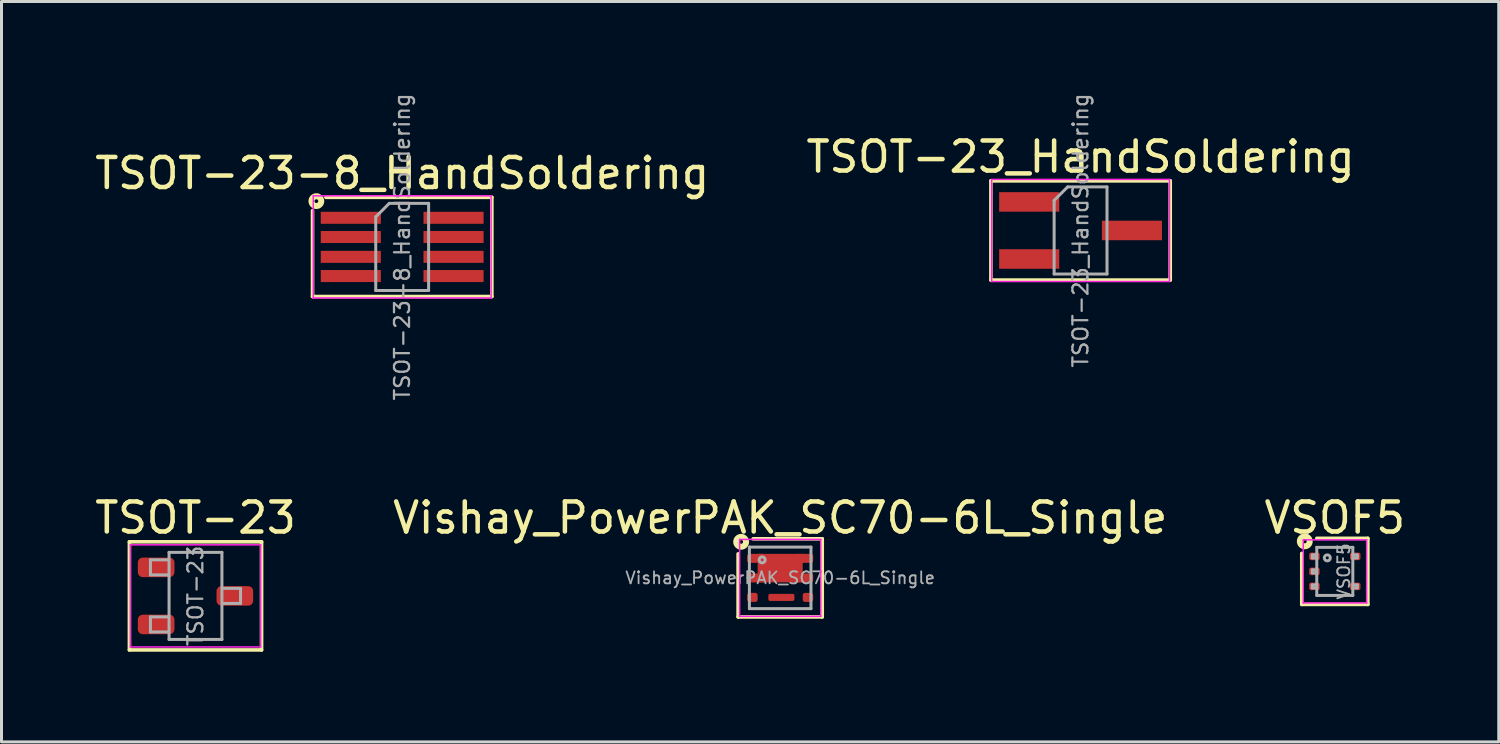
<source format=kicad_pcb>
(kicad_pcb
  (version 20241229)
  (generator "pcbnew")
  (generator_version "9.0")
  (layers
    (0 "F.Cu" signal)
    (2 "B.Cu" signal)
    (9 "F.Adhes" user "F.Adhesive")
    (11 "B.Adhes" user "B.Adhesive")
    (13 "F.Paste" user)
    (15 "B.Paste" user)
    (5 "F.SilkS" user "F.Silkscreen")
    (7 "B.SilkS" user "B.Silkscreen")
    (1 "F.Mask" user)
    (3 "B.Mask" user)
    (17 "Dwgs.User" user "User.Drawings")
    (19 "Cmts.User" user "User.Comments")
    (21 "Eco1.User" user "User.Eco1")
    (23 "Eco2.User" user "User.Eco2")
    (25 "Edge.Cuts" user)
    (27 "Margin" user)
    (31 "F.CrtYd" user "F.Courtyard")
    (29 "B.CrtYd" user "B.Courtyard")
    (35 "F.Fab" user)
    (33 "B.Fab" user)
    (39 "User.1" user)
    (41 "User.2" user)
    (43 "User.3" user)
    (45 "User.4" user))
  (footprint "TSOT-23_HandSoldering"
    (layer "F.Cu")
    (at 32.923 4.622)
    (property "Reference" "TSOT-23_HandSoldering" (at 0 -2.45 0) (layer "F.SilkS") (effects (font (size 1 1) (thickness 0.15))))
    (attr smd)
    (fp_line (start -2.985 -1.651) (end -2.985 1.651) (stroke (width 0.12) (type solid)) (layer "F.SilkS"))
    (fp_line (start -2.985 1.651) (end 2.985 1.651) (stroke (width 0.12) (type solid)) (layer "F.SilkS"))
    (fp_line (start 2.985 -1.651) (end -2.985 -1.651) (stroke (width 0.12) (type solid)) (layer "F.SilkS"))
    (fp_line (start 2.985 1.651) (end 2.985 -1.651) (stroke (width 0.12) (type solid)) (layer "F.SilkS"))
    (fp_line (start -2.96 -1.7) (end -2.96 1.7) (stroke (width 0.05) (type solid)) (layer "F.CrtYd"))
    (fp_line (start -2.96 -1.7) (end 2.96 -1.7) (stroke (width 0.05) (type solid)) (layer "F.CrtYd"))
    (fp_line (start 2.96 1.7) (end -2.96 1.7) (stroke (width 0.05) (type solid)) (layer "F.CrtYd"))
    (fp_line (start 2.96 1.7) (end 2.96 -1.7) (stroke (width 0.05) (type solid)) (layer "F.CrtYd"))
    (fp_line (start -0.88 -1) (end -0.88 1.45) (stroke (width 0.1) (type solid)) (layer "F.Fab"))
    (fp_line (start -0.88 -1) (end -0.43 -1.45) (stroke (width 0.1) (type solid)) (layer "F.Fab"))
    (fp_line (start 0.88 -1.45) (end -0.43 -1.45) (stroke (width 0.1) (type solid)) (layer "F.Fab"))
    (fp_line (start 0.88 -1.45) (end 0.88 1.45) (stroke (width 0.1) (type solid)) (layer "F.Fab"))
    (fp_line (start 0.88 1.45) (end -0.88 1.45) (stroke (width 0.1) (type solid)) (layer "F.Fab"))
    (fp_text user "${REFERENCE}" (at 0 0 90) (layer "F.Fab") (effects (font (size 0.5 0.5) (thickness 0.075))))
    (pad "1" smd rect (at -1.71 -0.95) (size 2 0.65) (layers "F.Cu" "F.Mask" "F.Paste"))
    (pad "2" smd rect (at -1.71 0.95) (size 2 0.65) (layers "F.Cu" "F.Mask" "F.Paste"))
    (pad "3" smd rect (at 1.71 0) (size 2 0.65) (layers "F.Cu" "F.Mask" "F.Paste")))
  (footprint "TSOT-23-8_HandSoldering"
    (layer "F.Cu")
    (at 10.339 5.17)
    (property "Reference" "TSOT-23-8_HandSoldering" (at 0 -2.45 0) (layer "F.SilkS") (effects (font (size 1 1) (thickness 0.15))))
    (attr smd)
    (fp_line (start -2.985 -1.206) (end -2.985 1.651) (stroke (width 0.12) (type solid)) (layer "F.SilkS"))
    (fp_line (start -2.985 1.651) (end 2.985 1.651) (stroke (width 0.12) (type solid)) (layer "F.SilkS"))
    (fp_line (start 2.985 -1.651) (end -2.54 -1.651) (stroke (width 0.12) (type solid)) (layer "F.SilkS"))
    (fp_line (start 2.985 1.651) (end 2.985 -1.651) (stroke (width 0.12) (type solid)) (layer "F.SilkS"))
    (fp_circle (center -2.857 -1.524) (end -2.794 -1.524) (stroke (width 0.2) (type solid)) (fill no) (layer "F.SilkS"))
    (fp_line (start -2.96 -1.7) (end -2.96 1.7) (stroke (width 0.05) (type solid)) (layer "F.CrtYd"))
    (fp_line (start -2.96 -1.7) (end 2.96 -1.7) (stroke (width 0.05) (type solid)) (layer "F.CrtYd"))
    (fp_line (start 2.96 1.7) (end -2.96 1.7) (stroke (width 0.05) (type solid)) (layer "F.CrtYd"))
    (fp_line (start 2.96 1.7) (end 2.96 -1.7) (stroke (width 0.05) (type solid)) (layer "F.CrtYd"))
    (fp_line (start -0.88 -1) (end -0.88 1.45) (stroke (width 0.1) (type solid)) (layer "F.Fab"))
    (fp_line (start -0.88 -1) (end -0.43 -1.45) (stroke (width 0.1) (type solid)) (layer "F.Fab"))
    (fp_line (start 0.88 -1.45) (end -0.43 -1.45) (stroke (width 0.1) (type solid)) (layer "F.Fab"))
    (fp_line (start 0.88 -1.45) (end 0.88 1.45) (stroke (width 0.1) (type solid)) (layer "F.Fab"))
    (fp_line (start 0.88 1.45) (end -0.88 1.45) (stroke (width 0.1) (type solid)) (layer "F.Fab"))
    (fp_text user "${REFERENCE}" (at 0 0 90) (layer "F.Fab") (effects (font (size 0.5 0.5) (thickness 0.075))))
    (pad "1" smd rect (at -1.71 -0.97) (size 2 0.4) (layers "F.Cu" "F.Mask" "F.Paste"))
    (pad "2" smd rect (at -1.71 -0.33) (size 2 0.4) (layers "F.Cu" "F.Mask" "F.Paste"))
    (pad "3" smd rect (at -1.71 0.33) (size 2 0.4) (layers "F.Cu" "F.Mask" "F.Paste"))
    (pad "4" smd rect (at -1.71 0.97) (size 2 0.4) (layers "F.Cu" "F.Mask" "F.Paste"))
    (pad "5" smd rect (at 1.71 0.97) (size 2 0.4) (layers "F.Cu" "F.Mask" "F.Paste"))
    (pad "6" smd rect (at 1.71 0.33) (size 2 0.4) (layers "F.Cu" "F.Mask" "F.Paste"))
    (pad "7" smd rect (at 1.71 -0.33) (size 2 0.4) (layers "F.Cu" "F.Mask" "F.Paste"))
    (pad "8" smd rect (at 1.71 -0.97) (size 2 0.4) (layers "F.Cu" "F.Mask" "F.Paste")))
  (footprint "Vishay_PowerPAK_SC70-6L_Single"
    (layer "F.Cu")
    (at 22.923 16.188)
    (property "Reference" "Vishay_PowerPAK_SC70-6L_Single" (at 0 -2 0) (layer "F.SilkS") (effects (font (size 1 1) (thickness 0.15))))
    (attr smd)
    (fp_line (start -1.4 -0.8) (end -1.4 1.3) (stroke (width 0.12) (type solid)) (layer "F.SilkS"))
    (fp_line (start -1.4 1.3) (end 1.4 1.3) (stroke (width 0.12) (type solid)) (layer "F.SilkS"))
    (fp_line (start 1.4 -1.3) (end -0.9 -1.3) (stroke (width 0.12) (type solid)) (layer "F.SilkS"))
    (fp_line (start 1.4 1.3) (end 1.4 -1.3) (stroke (width 0.12) (type solid)) (layer "F.SilkS"))
    (fp_circle (center -1.3 -1.2) (end -1.236 -1.2) (stroke (width 0.2) (type solid)) (fill no) (layer "F.SilkS"))
    (fp_line (start -1.35 -1.28) (end 1.35 -1.28) (stroke (width 0.05) (type solid)) (layer "F.CrtYd"))
    (fp_line (start -1.35 1.28) (end -1.35 -1.28) (stroke (width 0.05) (type solid)) (layer "F.CrtYd"))
    (fp_line (start 1.35 -1.28) (end 1.35 1.28) (stroke (width 0.05) (type solid)) (layer "F.CrtYd"))
    (fp_line (start 1.35 1.28) (end -1.35 1.28) (stroke (width 0.05) (type solid)) (layer "F.CrtYd"))
    (fp_line (start -1.025 -1.025) (end 1.025 -1.025) (stroke (width 0.1) (type solid)) (layer "F.Fab"))
    (fp_line (start -1.025 1.025) (end -1.025 -1.025) (stroke (width 0.1) (type solid)) (layer "F.Fab"))
    (fp_line (start 1.025 -1.025) (end 1.025 1.025) (stroke (width 0.1) (type solid)) (layer "F.Fab"))
    (fp_line (start 1.025 1.025) (end -1.025 1.025) (stroke (width 0.1) (type solid)) (layer "F.Fab"))
    (fp_circle (center -0.6 -0.6) (end -0.5 -0.6) (stroke (width 0.1) (type solid)) (fill no) (layer "F.Fab"))
    (fp_text user "${REFERENCE}" (at 0 0 0) (layer "F.Fab") (effects (font (size 0.4 0.4) (thickness 0.06))))
    (pad "" smd roundrect (at -0.925 -0.65) (size 0.3 0.25) (layers "F.Paste") (roundrect_rratio 0.25))
    (pad "" smd roundrect (at -0.925 0) (size 0.3 0.25) (layers "F.Paste") (roundrect_rratio 0.25))
    (pad "" smd roundrect (at -0.35 -0.325) (size 0.6 0.8) (layers "F.Paste") (roundrect_rratio 0.25))
    (pad "" smd roundrect (at 0.35 -0.325) (size 0.6 0.8) (layers "F.Paste") (roundrect_rratio 0.25))
    (pad "" smd roundrect (at 0.925 -0.65) (size 0.3 0.25) (layers "F.Paste") (roundrect_rratio 0.25))
    (pad "" smd roundrect (at 0.925 0) (size 0.3 0.25) (layers "F.Paste") (roundrect_rratio 0.25))
    (pad "1" smd roundrect (at -0.8 -0.65) (size 0.6 0.3) (layers "F.Cu" "F.Mask") (roundrect_rratio 0.25))
    (pad "1" smd roundrect (at -0.8 0) (size 0.6 0.3) (layers "F.Cu" "F.Mask") (roundrect_rratio 0.25))
    (pad "1" smd rect (at 0 -0.325) (size 1.5 0.95) (layers "F.Cu" "F.Mask"))
    (pad "1" smd roundrect (at 0.8 -0.65) (size 0.6 0.3) (layers "F.Cu" "F.Mask") (roundrect_rratio 0.25))
    (pad "1" smd roundrect (at 0.8 0) (size 0.6 0.3) (layers "F.Cu" "F.Mask") (roundrect_rratio 0.25))
    (pad "3" smd roundrect (at -0.925 0.65) (size 0.35 0.3) (layers "F.Cu" "F.Mask" "F.Paste") (roundrect_rratio 0.25))
    (pad "4" smd roundrect (at 0.04 0.65) (size 0.87 0.235) (layers "F.Cu" "F.Mask" "F.Paste") (roundrect_rratio 0.25))
    (pad "4" smd roundrect (at 0.925 0.65) (size 0.35 0.3) (layers "F.Cu" "F.Mask" "F.Paste") (roundrect_rratio 0.25)))
  (footprint "TSOT-23"
    (layer "F.Cu")
    (at 3.458 16.788)
    (property "Reference" "TSOT-23" (at 0 -2.6 0) (layer "F.SilkS") (effects (font (size 1 1) (thickness 0.15))))
    (attr smd)
    (fp_line (start -2.2 -1.8) (end -2.2 1.8) (stroke (width 0.12) (type solid)) (layer "F.SilkS"))
    (fp_line (start -2.2 1.8) (end 2.2 1.8) (stroke (width 0.12) (type solid)) (layer "F.SilkS"))
    (fp_line (start 2.2 -1.8) (end -2.2 -1.8) (stroke (width 0.12) (type solid)) (layer "F.SilkS"))
    (fp_line (start 2.2 1.8) (end 2.2 -1.8) (stroke (width 0.12) (type solid)) (layer "F.SilkS"))
    (fp_line (start -2.17 -1.7) (end -2.17 1.7) (stroke (width 0.05) (type solid)) (layer "F.CrtYd"))
    (fp_line (start -2.17 -1.7) (end 2.17 -1.7) (stroke (width 0.05) (type solid)) (layer "F.CrtYd"))
    (fp_line (start 2.17 1.7) (end -2.17 1.7) (stroke (width 0.05) (type solid)) (layer "F.CrtYd"))
    (fp_line (start 2.17 1.7) (end 2.17 -1.7) (stroke (width 0.05) (type solid)) (layer "F.CrtYd"))
    (fp_line (start -1.5 -1.2) (end -1.5 -0.7) (stroke (width 0.1) (type solid)) (layer "F.Fab"))
    (fp_line (start -1.5 -0.7) (end -0.9 -0.7) (stroke (width 0.1) (type solid)) (layer "F.Fab"))
    (fp_line (start -1.5 0.7) (end -1.5 1.2) (stroke (width 0.1) (type solid)) (layer "F.Fab"))
    (fp_line (start -1.5 1.2) (end -0.9 1.2) (stroke (width 0.1) (type solid)) (layer "F.Fab"))
    (fp_line (start -0.9 -1.2) (end -1.5 -1.2) (stroke (width 0.1) (type solid)) (layer "F.Fab"))
    (fp_line (start -0.9 0.7) (end -1.5 0.7) (stroke (width 0.1) (type solid)) (layer "F.Fab"))
    (fp_line (start -0.88 -1.45) (end -0.88 1.45) (stroke (width 0.1) (type solid)) (layer "F.Fab"))
    (fp_line (start 0.88 -1.45) (end -0.88 -1.45) (stroke (width 0.1) (type solid)) (layer "F.Fab"))
    (fp_line (start 0.88 -1.45) (end 0.88 1.45) (stroke (width 0.1) (type solid)) (layer "F.Fab"))
    (fp_line (start 0.88 1.45) (end -0.88 1.45) (stroke (width 0.1) (type solid)) (layer "F.Fab"))
    (fp_line (start 0.9 0.25) (end 1.5 0.25) (stroke (width 0.1) (type solid)) (layer "F.Fab"))
    (fp_line (start 1.5 -0.25) (end 0.9 -0.25) (stroke (width 0.1) (type solid)) (layer "F.Fab"))
    (fp_line (start 1.5 0.25) (end 1.5 -0.25) (stroke (width 0.1) (type solid)) (layer "F.Fab"))
    (fp_text user "${REFERENCE}" (at 0 0 90) (layer "F.Fab") (effects (font (size 0.5 0.5) (thickness 0.075))))
    (pad "1" smd roundrect (at -1.31 -0.95) (size 1.22 0.65) (layers "F.Cu" "F.Mask" "F.Paste") (roundrect_rratio 0.25))
    (pad "2" smd roundrect (at -1.31 0.95) (size 1.22 0.65) (layers "F.Cu" "F.Mask" "F.Paste") (roundrect_rratio 0.25))
    (pad "3" smd roundrect (at 1.31 0) (size 1.22 0.65) (layers "F.Cu" "F.Mask" "F.Paste") (roundrect_rratio 0.25)))
  (footprint "VSOF5"
    (layer "F.Cu")
    (at 41.387 15.972)
    (property "Reference" "VSOF5" (at 0 -1.784 0) (layer "F.SilkS") (effects (font (size 1 1) (thickness 0.15))))
    (attr smd)
    (fp_line (start -1.1 -0.6) (end -1.1 1.1) (stroke (width 0.12) (type solid)) (layer "F.SilkS"))
    (fp_line (start -1.1 1.1) (end 1.1 1.1) (stroke (width 0.12) (type solid)) (layer "F.SilkS"))
    (fp_line (start 1.1 -1.1) (end -0.6 -1.1) (stroke (width 0.12) (type solid)) (layer "F.SilkS"))
    (fp_line (start 1.1 1.1) (end 1.1 -1.1) (stroke (width 0.12) (type solid)) (layer "F.SilkS"))
    (fp_circle (center -1 -1) (end -0.936 -1) (stroke (width 0.2) (type solid)) (fill no) (layer "F.SilkS"))
    (fp_line (start -1.05 -1.05) (end -1.05 1.05) (stroke (width 0.05) (type solid)) (layer "F.CrtYd"))
    (fp_line (start -1.05 -1.05) (end 1.06 -1.05) (stroke (width 0.05) (type solid)) (layer "F.CrtYd"))
    (fp_line (start 1.06 1.05) (end -1.05 1.05) (stroke (width 0.05) (type solid)) (layer "F.CrtYd"))
    (fp_line (start 1.06 1.05) (end 1.06 -1.05) (stroke (width 0.05) (type solid)) (layer "F.CrtYd"))
    (fp_line (start -0.75 -0.55) (end -0.75 -0.45) (stroke (width 0.1) (type solid)) (layer "F.Fab"))
    (fp_line (start -0.75 -0.55) (end -0.6 -0.55) (stroke (width 0.1) (type solid)) (layer "F.Fab"))
    (fp_line (start -0.75 -0.45) (end -0.6 -0.45) (stroke (width 0.1) (type solid)) (layer "F.Fab"))
    (fp_line (start -0.75 -0.05) (end -0.75 0.05) (stroke (width 0.1) (type solid)) (layer "F.Fab"))
    (fp_line (start -0.75 -0.05) (end -0.6 -0.05) (stroke (width 0.1) (type solid)) (layer "F.Fab"))
    (fp_line (start -0.75 0.05) (end -0.6 0.05) (stroke (width 0.1) (type solid)) (layer "F.Fab"))
    (fp_line (start -0.75 0.45) (end -0.75 0.55) (stroke (width 0.1) (type solid)) (layer "F.Fab"))
    (fp_line (start -0.75 0.45) (end -0.6 0.45) (stroke (width 0.1) (type solid)) (layer "F.Fab"))
    (fp_line (start -0.75 0.55) (end -0.6 0.55) (stroke (width 0.1) (type solid)) (layer "F.Fab"))
    (fp_line (start -0.6 -0.8) (end 0.6 -0.8) (stroke (width 0.1) (type solid)) (layer "F.Fab"))
    (fp_line (start -0.6 0.8) (end -0.6 -0.8) (stroke (width 0.1) (type solid)) (layer "F.Fab"))
    (fp_line (start 0.6 -0.8) (end 0.6 0.8) (stroke (width 0.1) (type solid)) (layer "F.Fab"))
    (fp_line (start 0.6 0.8) (end -0.6 0.8) (stroke (width 0.1) (type solid)) (layer "F.Fab"))
    (fp_line (start 0.75 -0.55) (end 0.6 -0.55) (stroke (width 0.1) (type solid)) (layer "F.Fab"))
    (fp_line (start 0.75 -0.45) (end 0.6 -0.45) (stroke (width 0.1) (type solid)) (layer "F.Fab"))
    (fp_line (start 0.75 -0.45) (end 0.75 -0.55) (stroke (width 0.1) (type solid)) (layer "F.Fab"))
    (fp_line (start 0.75 0.45) (end 0.6 0.45) (stroke (width 0.1) (type solid)) (layer "F.Fab"))
    (fp_line (start 0.75 0.55) (end 0.6 0.55) (stroke (width 0.1) (type solid)) (layer "F.Fab"))
    (fp_line (start 0.75 0.55) (end 0.75 0.45) (stroke (width 0.1) (type solid)) (layer "F.Fab"))
    (fp_circle (center -0.25 -0.45) (end -0.15 -0.45) (stroke (width 0.1) (type solid)) (fill no) (layer "F.Fab"))
    (fp_text user "${REFERENCE}" (at 0.3 0 90) (layer "F.Fab") (effects (font (size 0.4 0.4) (thickness 0.062))))
    (pad "1" smd roundrect (at -0.68 -0.5 270) (size 0.25 0.35) (layers "F.Cu" "F.Mask" "F.Paste") (roundrect_rratio 0.25))
    (pad "2" smd roundrect (at -0.68 0 270) (size 0.25 0.35) (layers "F.Cu" "F.Mask" "F.Paste") (roundrect_rratio 0.25))
    (pad "3" smd roundrect (at -0.68 0.5 270) (size 0.25 0.35) (layers "F.Cu" "F.Mask" "F.Paste") (roundrect_rratio 0.25))
    (pad "4" smd roundrect (at 0.68 0.5 270) (size 0.25 0.35) (layers "F.Cu" "F.Mask" "F.Paste") (roundrect_rratio 0.25))
    (pad "5" smd roundrect (at 0.68 -0.5 270) (size 0.25 0.35) (layers "F.Cu" "F.Mask" "F.Paste") (roundrect_rratio 0.25)))
  (gr_rect
    (start -3 -3)
    (end 46.845 21.648)
    (stroke (width 0.1) (type default))
    (fill no)
    (layer "Edge.Cuts")))
</source>
